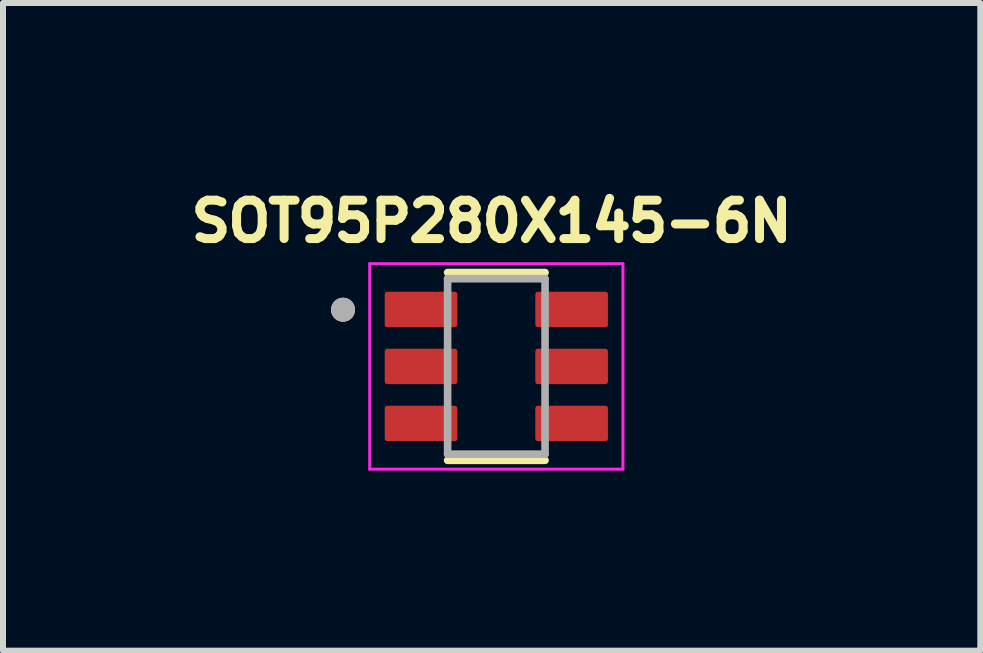
<source format=kicad_pcb>
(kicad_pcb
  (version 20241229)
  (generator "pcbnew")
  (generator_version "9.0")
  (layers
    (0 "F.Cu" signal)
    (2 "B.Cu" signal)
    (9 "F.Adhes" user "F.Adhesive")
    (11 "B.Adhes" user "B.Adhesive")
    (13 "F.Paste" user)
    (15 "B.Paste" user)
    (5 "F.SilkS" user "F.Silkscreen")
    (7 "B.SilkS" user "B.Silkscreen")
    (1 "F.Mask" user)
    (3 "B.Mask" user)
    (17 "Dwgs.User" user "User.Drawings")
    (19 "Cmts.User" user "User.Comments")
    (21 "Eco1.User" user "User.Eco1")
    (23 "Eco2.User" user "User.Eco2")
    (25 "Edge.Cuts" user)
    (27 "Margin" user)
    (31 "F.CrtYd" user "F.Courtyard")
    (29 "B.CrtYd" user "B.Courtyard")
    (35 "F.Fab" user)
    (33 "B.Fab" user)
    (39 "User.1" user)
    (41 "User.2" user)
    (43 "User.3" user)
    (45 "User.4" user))
  (footprint "SOT95P280X145-6N"
    (layer "F.Cu")
    (at 5.222 3.057)
    (property "Reference" "SOT95P280X145-6N" (at -0.078 -2.419 0) (layer "F.SilkS") (effects (font (size 0.64 0.64) (thickness 0.15))))
    (attr smd)
    (fp_line (start 0.812 -1.565) (end -0.812 -1.565) (stroke (width 0.127) (type solid)) (layer "F.SilkS"))
    (fp_line (start 0.812 1.565) (end -0.812 1.565) (stroke (width 0.127) (type solid)) (layer "F.SilkS"))
    (fp_circle (center -2.555 -0.945) (end -2.455 -0.945) (stroke (width 0.2) (type solid)) (fill no) (layer "F.SilkS"))
    (fp_line (start -2.11 -1.712) (end -2.11 1.712) (stroke (width 0.05) (type solid)) (layer "F.CrtYd"))
    (fp_line (start -2.11 1.712) (end 2.11 1.712) (stroke (width 0.05) (type solid)) (layer "F.CrtYd"))
    (fp_line (start 2.11 -1.712) (end -2.11 -1.712) (stroke (width 0.05) (type solid)) (layer "F.CrtYd"))
    (fp_line (start 2.11 1.712) (end 2.11 -1.712) (stroke (width 0.05) (type solid)) (layer "F.CrtYd"))
    (fp_line (start -0.812 -1.462) (end 0.812 -1.462) (stroke (width 0.127) (type solid)) (layer "F.Fab"))
    (fp_line (start -0.812 1.462) (end -0.812 -1.462) (stroke (width 0.127) (type solid)) (layer "F.Fab"))
    (fp_line (start 0.812 -1.462) (end 0.812 1.462) (stroke (width 0.127) (type solid)) (layer "F.Fab"))
    (fp_line (start 0.812 1.462) (end -0.812 1.462) (stroke (width 0.127) (type solid)) (layer "F.Fab"))
    (fp_circle (center -2.555 -0.945) (end -2.455 -0.945) (stroke (width 0.2) (type solid)) (fill no) (layer "F.Fab"))
    (pad "1" smd roundrect (at -1.255 -0.95) (size 1.21 0.59) (layers "F.Cu" "F.Mask" "F.Paste") (roundrect_rratio 0.07))
    (pad "2" smd roundrect (at -1.255 0) (size 1.21 0.59) (layers "F.Cu" "F.Mask" "F.Paste") (roundrect_rratio 0.07))
    (pad "3" smd roundrect (at -1.255 0.95) (size 1.21 0.59) (layers "F.Cu" "F.Mask" "F.Paste") (roundrect_rratio 0.07))
    (pad "4" smd roundrect (at 1.255 0.95) (size 1.21 0.59) (layers "F.Cu" "F.Mask" "F.Paste") (roundrect_rratio 0.07))
    (pad "5" smd roundrect (at 1.255 0) (size 1.21 0.59) (layers "F.Cu" "F.Mask" "F.Paste") (roundrect_rratio 0.07))
    (pad "6" smd roundrect (at 1.255 -0.95) (size 1.21 0.59) (layers "F.Cu" "F.Mask" "F.Paste") (roundrect_rratio 0.07)))
  (gr_rect
    (start -3 -3)
    (end 13.288 7.794)
    (stroke (width 0.1) (type default))
    (fill no)
    (layer "Edge.Cuts")))
</source>
